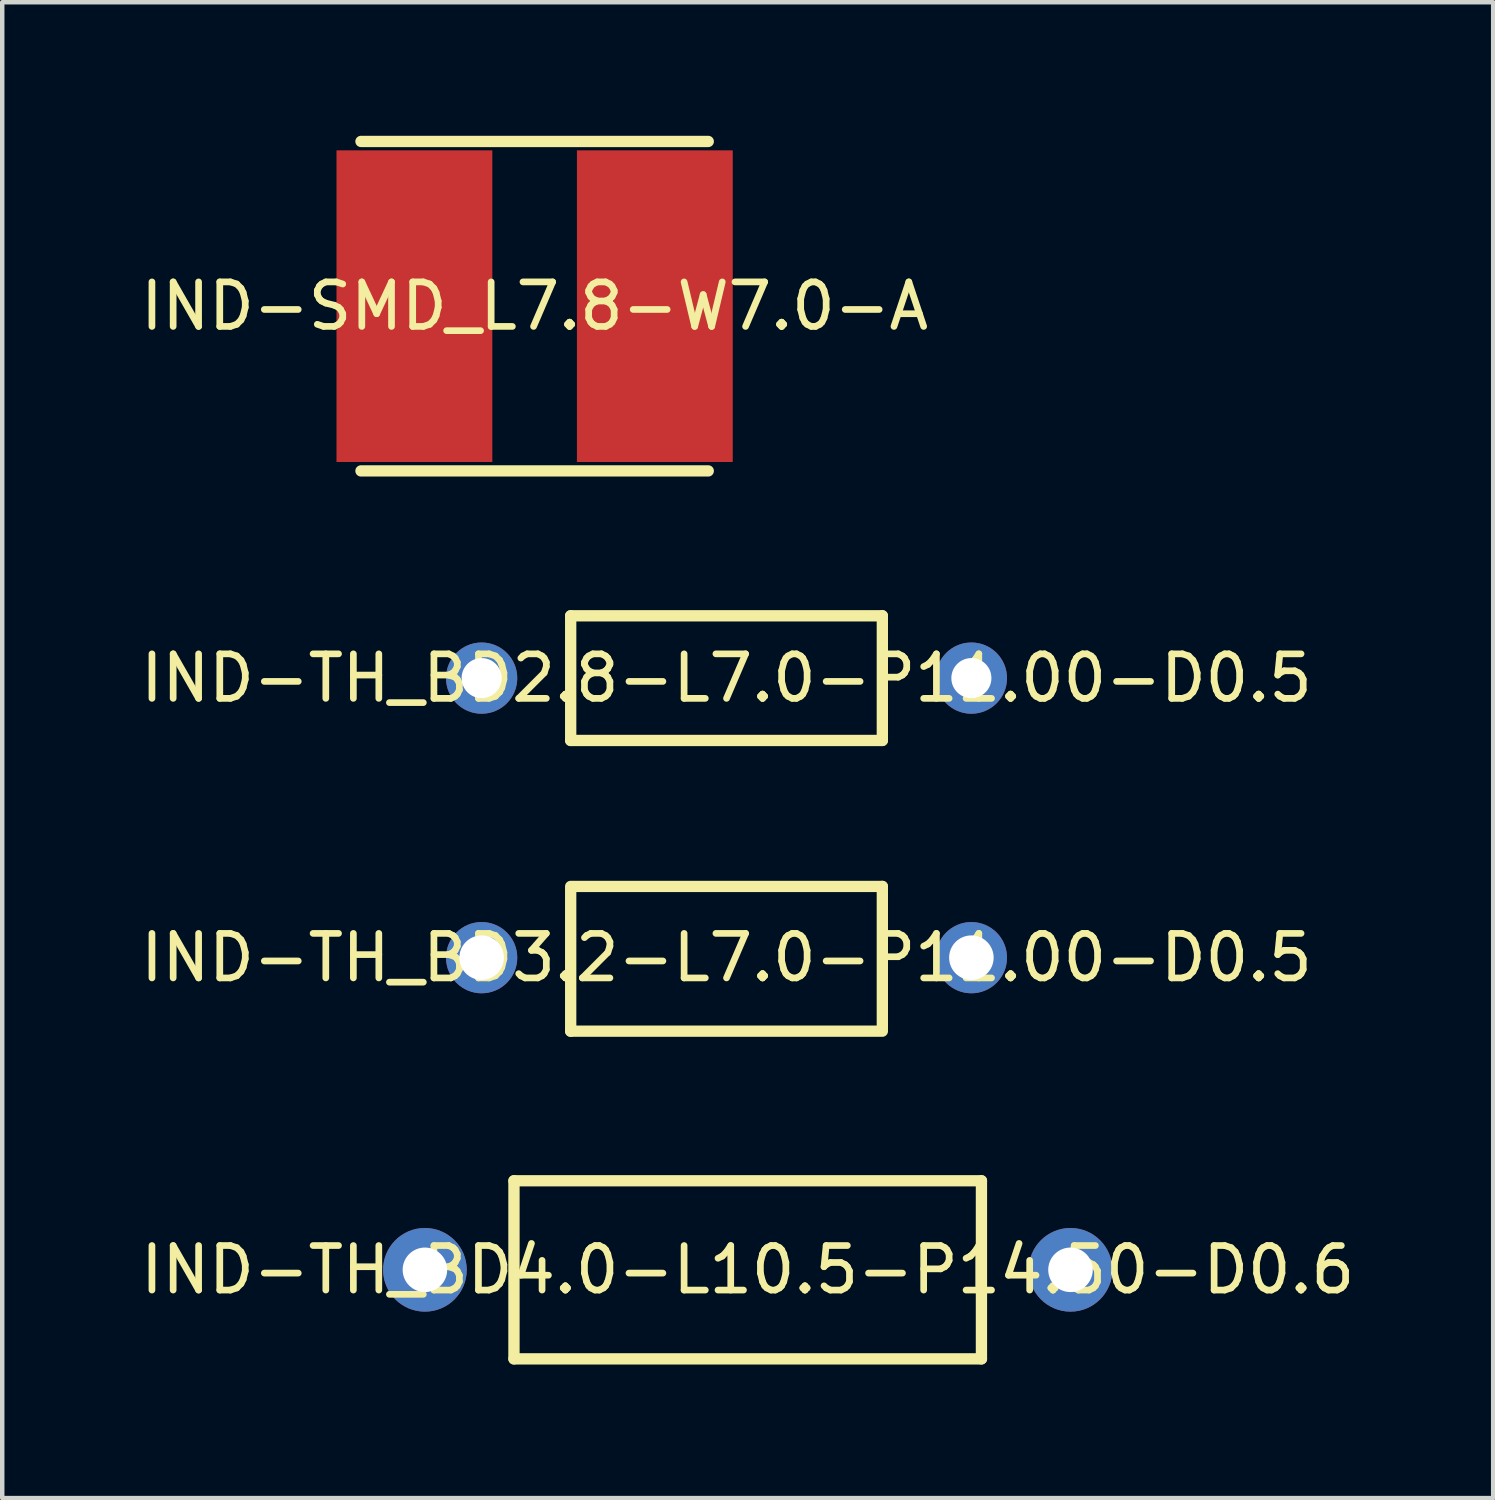
<source format=kicad_pcb>
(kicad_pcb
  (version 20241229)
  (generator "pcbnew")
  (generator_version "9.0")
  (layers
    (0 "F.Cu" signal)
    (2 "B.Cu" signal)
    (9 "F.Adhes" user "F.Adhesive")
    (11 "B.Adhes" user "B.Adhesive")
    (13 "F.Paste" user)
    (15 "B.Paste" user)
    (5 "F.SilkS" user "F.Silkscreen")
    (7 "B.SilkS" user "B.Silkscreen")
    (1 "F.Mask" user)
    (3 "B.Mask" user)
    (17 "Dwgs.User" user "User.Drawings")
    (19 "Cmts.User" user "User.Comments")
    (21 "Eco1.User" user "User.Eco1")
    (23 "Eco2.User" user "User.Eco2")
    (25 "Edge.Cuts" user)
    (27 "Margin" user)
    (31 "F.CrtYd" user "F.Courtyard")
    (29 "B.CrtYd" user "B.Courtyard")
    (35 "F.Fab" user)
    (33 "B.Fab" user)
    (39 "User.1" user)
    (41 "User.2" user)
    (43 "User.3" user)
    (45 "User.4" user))
  (footprint "IND-TH_BD4.0-L10.5-P14.50-D0.6"
    (layer "F.Cu")
    (at 13.744 25.471)
    (property "Reference" "IND-TH_BD4.0-L10.5-P14.50-D0.6" (at 0 0 0) (layer "F.SilkS") (effects (font (size 1 1) (thickness 0.15))))
    (fp_line (start -5.25 -2) (end 5.25 -2) (stroke (width 0.254) (type default)) (layer "F.SilkS"))
    (fp_line (start -5.25 2) (end -5.25 -2) (stroke (width 0.254) (type default)) (layer "F.SilkS"))
    (fp_line (start 5.25 2) (end -5.25 2) (stroke (width 0.254) (type default)) (layer "F.SilkS"))
    (fp_line (start 5.25 2) (end 5.25 -2) (stroke (width 0.254) (type default)) (layer "F.SilkS"))
    (fp_poly (pts (xy -7.55 -0.3) (xy -7.55 0.3) (xy -5.2 0.3) (xy -5.2 -0.3)) (stroke (width 0.1) (type default)) (fill no) (layer "User.1"))
    (fp_poly (pts (xy 7.55 0.3) (xy 7.55 -0.3) (xy 5.2 -0.3) (xy 5.2 0.3)) (stroke (width 0.1) (type default)) (fill no) (layer "User.1"))
    (fp_poly (pts (xy -6.953 -0.039) (xy -6.973 -0.115) (xy -7.012 -0.183) (xy -7.067 -0.238) (xy -7.135 -0.277) (xy -7.211 -0.297) (xy -7.289 -0.297) (xy -7.365 -0.277) (xy -7.433 -0.238) (xy -7.488 -0.183) (xy -7.527 -0.115) (xy -7.547 -0.039) (xy -7.547 0.039) (xy -7.527 0.115) (xy -7.488 0.183) (xy -7.433 0.238) (xy -7.365 0.277) (xy -7.289 0.297) (xy -7.211 0.297) (xy -7.135 0.277) (xy -7.067 0.238) (xy -7.012 0.183) (xy -6.973 0.115) (xy -6.953 0.039)) (stroke (width 0.1) (type default)) (fill no) (layer "User.1"))
    (fp_poly (pts (xy 7.547 -0.039) (xy 7.527 -0.115) (xy 7.488 -0.183) (xy 7.433 -0.238) (xy 7.365 -0.277) (xy 7.289 -0.297) (xy 7.211 -0.297) (xy 7.135 -0.277) (xy 7.067 -0.238) (xy 7.012 -0.183) (xy 6.973 -0.115) (xy 6.953 -0.039) (xy 6.953 0.039) (xy 6.973 0.115) (xy 7.012 0.183) (xy 7.067 0.238) (xy 7.135 0.277) (xy 7.211 0.297) (xy 7.289 0.297) (xy 7.365 0.277) (xy 7.433 0.238) (xy 7.488 0.183) (xy 7.527 0.115) (xy 7.547 0.039)) (stroke (width 0.1) (type default)) (fill no) (layer "User.1"))
    (fp_line (start -5.25 -2) (end 5.25 -2) (stroke (width 0.051) (type default)) (layer "User.2"))
    (fp_line (start -5.25 2) (end -5.25 -2) (stroke (width 0.051) (type default)) (layer "User.2"))
    (fp_line (start 5.25 -2) (end 5.25 2) (stroke (width 0.051) (type default)) (layer "User.2"))
    (fp_line (start 5.25 2) (end -5.25 2) (stroke (width 0.051) (type default)) (layer "User.2"))
    (fp_poly (pts (xy -7.515 1.972) (xy -7.547 1.94) (xy -7.593 1.94) (xy -7.625 1.972) (xy -7.625 2.018) (xy -7.593 2.05) (xy -7.547 2.05) (xy -7.515 2.018)) (stroke (width 0.1) (type default)) (fill no) (layer "User.3"))
    (pad "1" thru_hole circle (at -7.25 0) (size 1.879 1.879) (drill 1) (layers "*.Cu" "*.Mask"))
    (pad "2" thru_hole circle (at 7.25 0) (size 1.879 1.879) (drill 1) (layers "*.Cu" "*.Mask")))
  (footprint "IND-SMD_L7.8-W7.0-A"
    (layer "F.Cu")
    (at 8.958 3.827)
    (property "Reference" "IND-SMD_L7.8-W7.0-A" (at 0 0 0) (layer "F.SilkS") (effects (font (size 1 1) (thickness 0.15))))
    (fp_line (start -3.9 -3.7) (end 3.9 -3.7) (stroke (width 0.254) (type default)) (layer "F.SilkS"))
    (fp_line (start -3.9 3.7) (end 3.9 3.7) (stroke (width 0.254) (type default)) (layer "F.SilkS"))
    (fp_poly (pts (xy -1 -3.5) (xy -1 3.5) (xy -1.72 3.5) (xy -2.1 3.29) (xy -2.49 3.015) (xy -2.795 2.725) (xy -3.11 2.35) (xy -3.415 1.87) (xy -3.73 1.185) (xy -3.865 0.305) (xy -3.885 -0.31) (xy -3.805 -0.805) (xy -3.63 -1.455) (xy -3.3 -2.08) (xy -2.84 -2.635) (xy -2.525 -3.01) (xy -1.995 -3.345) (xy -1.72 -3.5)) (stroke (width 0.1) (type default)) (fill no) (layer "User.1"))
    (fp_poly (pts (xy 1 3.5) (xy 1 -3.5) (xy 1.72 -3.5) (xy 2.1 -3.29) (xy 2.49 -3.015) (xy 2.795 -2.725) (xy 3.11 -2.35) (xy 3.415 -1.87) (xy 3.73 -1.185) (xy 3.865 -0.305) (xy 3.885 0.31) (xy 3.805 0.805) (xy 3.63 1.455) (xy 3.3 2.08) (xy 2.84 2.635) (xy 2.525 3.01) (xy 1.995 3.345) (xy 1.72 3.5)) (stroke (width 0.1) (type default)) (fill no) (layer "User.1"))
    (fp_line (start -3.885 -0.31) (end -3.865 0.305) (stroke (width 0.051) (type default)) (layer "User.2"))
    (fp_line (start -3.865 0.305) (end -3.73 1.185) (stroke (width 0.051) (type default)) (layer "User.2"))
    (fp_line (start -3.805 -0.805) (end -3.885 -0.31) (stroke (width 0.051) (type default)) (layer "User.2"))
    (fp_line (start -3.73 1.185) (end -3.415 1.87) (stroke (width 0.051) (type default)) (layer "User.2"))
    (fp_line (start -3.63 -1.455) (end -3.805 -0.805) (stroke (width 0.051) (type default)) (layer "User.2"))
    (fp_line (start -3.415 1.87) (end -3.11 2.35) (stroke (width 0.051) (type default)) (layer "User.2"))
    (fp_line (start -3.3 -2.08) (end -3.63 -1.455) (stroke (width 0.051) (type default)) (layer "User.2"))
    (fp_line (start -3.11 2.35) (end -2.795 2.725) (stroke (width 0.051) (type default)) (layer "User.2"))
    (fp_line (start -2.84 -2.635) (end -3.3 -2.08) (stroke (width 0.051) (type default)) (layer "User.2"))
    (fp_line (start -2.795 2.725) (end -2.49 3.015) (stroke (width 0.051) (type default)) (layer "User.2"))
    (fp_line (start -2.525 -3.01) (end -2.84 -2.635) (stroke (width 0.051) (type default)) (layer "User.2"))
    (fp_line (start -2.49 3.015) (end -2.27 3.17) (stroke (width 0.051) (type default)) (layer "User.2"))
    (fp_line (start -2.27 3.17) (end -2.1 3.29) (stroke (width 0.051) (type default)) (layer "User.2"))
    (fp_line (start -2.1 3.29) (end -1.72 3.5) (stroke (width 0.051) (type default)) (layer "User.2"))
    (fp_line (start -1.995 -3.345) (end -2.525 -3.01) (stroke (width 0.051) (type default)) (layer "User.2"))
    (fp_line (start -1.72 -3.5) (end -1.995 -3.345) (stroke (width 0.051) (type default)) (layer "User.2"))
    (fp_line (start -1.72 3.5) (end -1.715 3.5) (stroke (width 0.051) (type default)) (layer "User.2"))
    (fp_line (start -1.715 3.5) (end -1.36 3.5) (stroke (width 0.051) (type default)) (layer "User.2"))
    (fp_line (start -1.36 3.5) (end -0.1 3.5) (stroke (width 0.051) (type default)) (layer "User.2"))
    (fp_line (start -0.1 -3.5) (end -1.72 -3.5) (stroke (width 0.051) (type default)) (layer "User.2"))
    (fp_line (start -0.1 3.5) (end 0.1 3.5) (stroke (width 0.051) (type default)) (layer "User.2"))
    (fp_line (start 0.1 -3.5) (end -0.1 -3.5) (stroke (width 0.051) (type default)) (layer "User.2"))
    (fp_line (start 0.1 3.5) (end 1.72 3.5) (stroke (width 0.051) (type default)) (layer "User.2"))
    (fp_line (start 1.36 -3.5) (end 0.1 -3.5) (stroke (width 0.051) (type default)) (layer "User.2"))
    (fp_line (start 1.715 -3.5) (end 1.36 -3.5) (stroke (width 0.051) (type default)) (layer "User.2"))
    (fp_line (start 1.72 -3.5) (end 1.715 -3.5) (stroke (width 0.051) (type default)) (layer "User.2"))
    (fp_line (start 1.72 3.5) (end 1.995 3.345) (stroke (width 0.051) (type default)) (layer "User.2"))
    (fp_line (start 1.995 3.345) (end 2.525 3.01) (stroke (width 0.051) (type default)) (layer "User.2"))
    (fp_line (start 2.1 -3.29) (end 1.72 -3.5) (stroke (width 0.051) (type default)) (layer "User.2"))
    (fp_line (start 2.27 -3.17) (end 2.1 -3.29) (stroke (width 0.051) (type default)) (layer "User.2"))
    (fp_line (start 2.49 -3.015) (end 2.27 -3.17) (stroke (width 0.051) (type default)) (layer "User.2"))
    (fp_line (start 2.525 3.01) (end 2.84 2.635) (stroke (width 0.051) (type default)) (layer "User.2"))
    (fp_line (start 2.795 -2.725) (end 2.49 -3.015) (stroke (width 0.051) (type default)) (layer "User.2"))
    (fp_line (start 2.84 2.635) (end 3.3 2.08) (stroke (width 0.051) (type default)) (layer "User.2"))
    (fp_line (start 3.11 -2.35) (end 2.795 -2.725) (stroke (width 0.051) (type default)) (layer "User.2"))
    (fp_line (start 3.3 2.08) (end 3.63 1.455) (stroke (width 0.051) (type default)) (layer "User.2"))
    (fp_line (start 3.415 -1.87) (end 3.11 -2.35) (stroke (width 0.051) (type default)) (layer "User.2"))
    (fp_line (start 3.63 1.455) (end 3.805 0.805) (stroke (width 0.051) (type default)) (layer "User.2"))
    (fp_line (start 3.73 -1.185) (end 3.415 -1.87) (stroke (width 0.051) (type default)) (layer "User.2"))
    (fp_line (start 3.805 0.805) (end 3.885 0.31) (stroke (width 0.051) (type default)) (layer "User.2"))
    (fp_line (start 3.865 -0.305) (end 3.73 -1.185) (stroke (width 0.051) (type default)) (layer "User.2"))
    (fp_line (start 3.885 0.31) (end 3.865 -0.305) (stroke (width 0.051) (type default)) (layer "User.2"))
    (fp_poly (pts (xy -3.845 3.477) (xy -3.877 3.445) (xy -3.923 3.445) (xy -3.955 3.477) (xy -3.955 3.523) (xy -3.923 3.555) (xy -3.877 3.555) (xy -3.845 3.523)) (stroke (width 0.1) (type default)) (fill no) (layer "User.3"))
    (pad "1" smd rect (at -2.7 0) (size 3.5 7) (layers "F.Cu" "F.Mask" "F.Paste"))
    (pad "2" smd rect (at 2.7 0) (size 3.5 7) (layers "F.Cu" "F.Mask" "F.Paste")))
  (footprint "IND-TH_BD3.2-L7.0-P11.00-D0.5"
    (layer "F.Cu")
    (at 13.268 18.46)
    (property "Reference" "IND-TH_BD3.2-L7.0-P11.00-D0.5" (at 0 0 0) (layer "F.SilkS") (effects (font (size 1 1) (thickness 0.15))))
    (fp_line (start -3.5 -1.6) (end 3.5 -1.6) (stroke (width 0.254) (type default)) (layer "F.SilkS"))
    (fp_line (start -3.5 1.651) (end -3.5 -1.549) (stroke (width 0.254) (type default)) (layer "F.SilkS"))
    (fp_line (start 3.5 -1.6) (end 3.5 1.6) (stroke (width 0.254) (type default)) (layer "F.SilkS"))
    (fp_line (start 3.5 1.651) (end -3.5 1.651) (stroke (width 0.254) (type default)) (layer "F.SilkS"))
    (fp_poly (pts (xy -5.103 -0.052) (xy -5.13 -0.153) (xy -5.183 -0.244) (xy -5.256 -0.317) (xy -5.347 -0.37) (xy -5.448 -0.397) (xy -5.552 -0.397) (xy -5.653 -0.37) (xy -5.744 -0.317) (xy -5.817 -0.244) (xy -5.87 -0.153) (xy -5.897 -0.052) (xy -5.897 0.052) (xy -5.87 0.153) (xy -5.817 0.244) (xy -5.744 0.317) (xy -5.653 0.37) (xy -5.552 0.397) (xy -5.448 0.397) (xy -5.347 0.37) (xy -5.256 0.317) (xy -5.183 0.244) (xy -5.13 0.153) (xy -5.103 0.052)) (stroke (width 0.1) (type default)) (fill no) (layer "User.1"))
    (fp_poly (pts (xy 5.897 -0.052) (xy 5.87 -0.153) (xy 5.817 -0.244) (xy 5.744 -0.317) (xy 5.653 -0.37) (xy 5.552 -0.397) (xy 5.448 -0.397) (xy 5.347 -0.37) (xy 5.256 -0.317) (xy 5.183 -0.244) (xy 5.13 -0.153) (xy 5.103 -0.052) (xy 5.103 0.052) (xy 5.13 0.153) (xy 5.183 0.244) (xy 5.256 0.317) (xy 5.347 0.37) (xy 5.448 0.397) (xy 5.552 0.397) (xy 5.653 0.37) (xy 5.744 0.317) (xy 5.817 0.244) (xy 5.87 0.153) (xy 5.897 0.052)) (stroke (width 0.1) (type default)) (fill no) (layer "User.1"))
    (fp_line (start -6.3 -1.727) (end 6.3 -1.727) (stroke (width 0.051) (type default)) (layer "User.2"))
    (fp_line (start -6.3 1.778) (end -6.3 -1.727) (stroke (width 0.051) (type default)) (layer "User.2"))
    (fp_line (start 6.3 -1.727) (end 6.3 1.778) (stroke (width 0.051) (type default)) (layer "User.2"))
    (fp_line (start 6.3 1.778) (end -6.3 1.778) (stroke (width 0.051) (type default)) (layer "User.2"))
    (fp_poly (pts (xy -6.245 1.755) (xy -6.277 1.723) (xy -6.323 1.723) (xy -6.355 1.755) (xy -6.355 1.801) (xy -6.323 1.833) (xy -6.277 1.833) (xy -6.245 1.801)) (stroke (width 0.1) (type default)) (fill no) (layer "User.3"))
    (pad "1" thru_hole circle (at -5.5 0) (size 1.6 1.6) (drill 1) (layers "*.Cu" "*.Mask"))
    (pad "2" thru_hole circle (at 5.5 0) (size 1.6 1.6) (drill 1) (layers "*.Cu" "*.Mask")))
  (footprint "IND-TH_BD2.8-L7.0-P11.00-D0.5"
    (layer "F.Cu")
    (at 13.268 12.181)
    (property "Reference" "IND-TH_BD2.8-L7.0-P11.00-D0.5" (at 0 0 0) (layer "F.SilkS") (effects (font (size 1 1) (thickness 0.15))))
    (fp_line (start -3.5 -1.4) (end 3.5 -1.4) (stroke (width 0.254) (type default)) (layer "F.SilkS"))
    (fp_line (start -3.5 1.4) (end -3.5 -1.4) (stroke (width 0.254) (type default)) (layer "F.SilkS"))
    (fp_line (start 3.5 1.4) (end -3.5 1.4) (stroke (width 0.254) (type default)) (layer "F.SilkS"))
    (fp_line (start 3.5 1.4) (end 3.5 -1.4) (stroke (width 0.254) (type default)) (layer "F.SilkS"))
    (fp_poly (pts (xy -5.75 -0.25) (xy -5.75 0.25) (xy -3.5 0.25) (xy -3.45 0.25) (xy -3.45 -0.25)) (stroke (width 0.1) (type default)) (fill no) (layer "User.1"))
    (fp_poly (pts (xy 5.75 0.25) (xy 5.75 -0.25) (xy 3.5 -0.25) (xy 3.45 -0.25) (xy 3.45 0.25)) (stroke (width 0.1) (type default)) (fill no) (layer "User.1"))
    (fp_poly (pts (xy -5.255 -0.049) (xy -5.292 -0.139) (xy -5.361 -0.208) (xy -5.451 -0.245) (xy -5.549 -0.245) (xy -5.639 -0.208) (xy -5.708 -0.139) (xy -5.745 -0.049) (xy -5.745 0.049) (xy -5.708 0.139) (xy -5.639 0.208) (xy -5.549 0.245) (xy -5.451 0.245) (xy -5.361 0.208) (xy -5.292 0.139) (xy -5.255 0.049)) (stroke (width 0.1) (type default)) (fill no) (layer "User.1"))
    (fp_poly (pts (xy 5.745 -0.049) (xy 5.708 -0.139) (xy 5.639 -0.208) (xy 5.549 -0.245) (xy 5.451 -0.245) (xy 5.361 -0.208) (xy 5.292 -0.139) (xy 5.255 -0.049) (xy 5.255 0.049) (xy 5.292 0.139) (xy 5.361 0.208) (xy 5.451 0.245) (xy 5.549 0.245) (xy 5.639 0.208) (xy 5.708 0.139) (xy 5.745 0.049)) (stroke (width 0.1) (type default)) (fill no) (layer "User.1"))
    (fp_line (start -3.5 -1.4) (end 3.5 -1.4) (stroke (width 0.051) (type default)) (layer "User.2"))
    (fp_line (start -3.5 1.4) (end -3.5 -1.4) (stroke (width 0.051) (type default)) (layer "User.2"))
    (fp_line (start 3.5 -1.4) (end 3.5 1.4) (stroke (width 0.051) (type default)) (layer "User.2"))
    (fp_line (start 3.5 1.4) (end -3.5 1.4) (stroke (width 0.051) (type default)) (layer "User.2"))
    (fp_poly (pts (xy -5.695 1.377) (xy -5.727 1.345) (xy -5.773 1.345) (xy -5.805 1.377) (xy -5.805 1.423) (xy -5.773 1.455) (xy -5.727 1.455) (xy -5.695 1.423)) (stroke (width 0.1) (type default)) (fill no) (layer "User.3"))
    (pad "1" thru_hole circle (at -5.5 0) (size 1.6 1.6) (drill 0.9) (layers "*.Cu" "*.Mask"))
    (pad "2" thru_hole circle (at 5.5 0) (size 1.6 1.6) (drill 0.9) (layers "*.Cu" "*.Mask")))
  (gr_rect
    (start -3 -3)
    (end 30.488 30.598)
    (stroke (width 0.1) (type default))
    (fill no)
    (layer "Edge.Cuts")))
</source>
